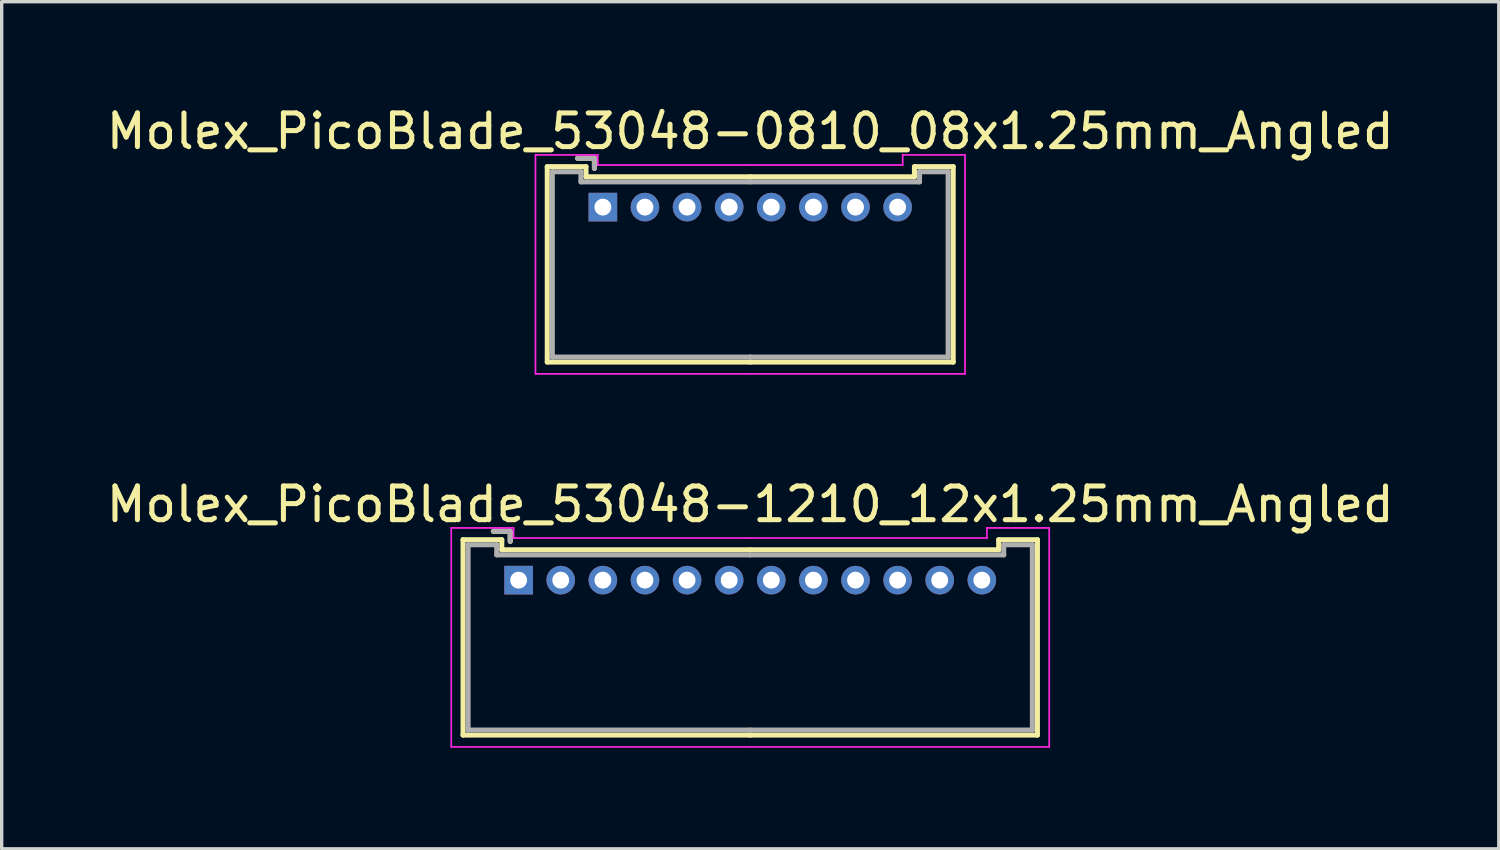
<source format=kicad_pcb>
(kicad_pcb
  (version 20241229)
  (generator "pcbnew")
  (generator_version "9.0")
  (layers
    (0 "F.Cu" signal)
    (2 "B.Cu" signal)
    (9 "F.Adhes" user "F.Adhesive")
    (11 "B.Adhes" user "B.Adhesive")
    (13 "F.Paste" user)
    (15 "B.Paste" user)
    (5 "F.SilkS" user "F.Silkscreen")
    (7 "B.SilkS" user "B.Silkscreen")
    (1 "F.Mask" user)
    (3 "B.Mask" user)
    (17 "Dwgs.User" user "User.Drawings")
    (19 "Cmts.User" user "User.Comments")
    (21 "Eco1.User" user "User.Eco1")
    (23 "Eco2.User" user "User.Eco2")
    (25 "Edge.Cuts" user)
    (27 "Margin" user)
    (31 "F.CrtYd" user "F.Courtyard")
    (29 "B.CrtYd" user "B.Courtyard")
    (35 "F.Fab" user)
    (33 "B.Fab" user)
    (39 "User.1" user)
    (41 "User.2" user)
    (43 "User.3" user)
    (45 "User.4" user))
  (footprint "Molex_PicoBlade_53048-1210_12x1.25mm_Angled"
    (layer "F.Cu")
    (at 12.345 14.171)
    (property "Reference" "Molex_PicoBlade_53048-1210_12x1.25mm_Angled" (at 6.875 -2.25 0) (layer "F.SilkS") (effects (font (size 1 1) (thickness 0.15))))
    (attr through_hole)
    (fp_line (start -1.65 -1.2) (end -1.65 4.6) (stroke (width 0.15) (type solid)) (layer "F.SilkS"))
    (fp_line (start -1.65 4.6) (end 6.875 4.6) (stroke (width 0.15) (type solid)) (layer "F.SilkS"))
    (fp_line (start -0.5 -1.2) (end -1.65 -1.2) (stroke (width 0.15) (type solid)) (layer "F.SilkS"))
    (fp_line (start -0.5 -0.9) (end -0.5 -1.2) (stroke (width 0.15) (type solid)) (layer "F.SilkS"))
    (fp_line (start -0.25 -1.45) (end -0.75 -1.45) (stroke (width 0.15) (type solid)) (layer "F.SilkS"))
    (fp_line (start -0.25 -1.15) (end -0.25 -1.45) (stroke (width 0.15) (type solid)) (layer "F.SilkS"))
    (fp_line (start 6.875 -0.9) (end -0.5 -0.9) (stroke (width 0.15) (type solid)) (layer "F.SilkS"))
    (fp_line (start 6.875 -0.9) (end 14.25 -0.9) (stroke (width 0.15) (type solid)) (layer "F.SilkS"))
    (fp_line (start 14.25 -1.2) (end 15.4 -1.2) (stroke (width 0.15) (type solid)) (layer "F.SilkS"))
    (fp_line (start 14.25 -0.9) (end 14.25 -1.2) (stroke (width 0.15) (type solid)) (layer "F.SilkS"))
    (fp_line (start 15.4 -1.2) (end 15.4 4.6) (stroke (width 0.15) (type solid)) (layer "F.SilkS"))
    (fp_line (start 15.4 4.6) (end 6.875 4.6) (stroke (width 0.15) (type solid)) (layer "F.SilkS"))
    (fp_line (start -2 -1.55) (end -2 4.95) (stroke (width 0.05) (type solid)) (layer "F.CrtYd"))
    (fp_line (start -2 4.95) (end 6.85 4.95) (stroke (width 0.05) (type solid)) (layer "F.CrtYd"))
    (fp_line (start -0.15 -1.55) (end -2 -1.55) (stroke (width 0.05) (type solid)) (layer "F.CrtYd"))
    (fp_line (start -0.15 -1.25) (end -0.15 -1.55) (stroke (width 0.05) (type solid)) (layer "F.CrtYd"))
    (fp_line (start 6.85 -1.25) (end -0.15 -1.25) (stroke (width 0.05) (type solid)) (layer "F.CrtYd"))
    (fp_line (start 6.85 -1.25) (end 13.9 -1.25) (stroke (width 0.05) (type solid)) (layer "F.CrtYd"))
    (fp_line (start 13.9 -1.55) (end 15.75 -1.55) (stroke (width 0.05) (type solid)) (layer "F.CrtYd"))
    (fp_line (start 13.9 -1.25) (end 13.9 -1.55) (stroke (width 0.05) (type solid)) (layer "F.CrtYd"))
    (fp_line (start 15.75 -1.55) (end 15.75 4.95) (stroke (width 0.05) (type solid)) (layer "F.CrtYd"))
    (fp_line (start 15.75 4.95) (end 6.85 4.95) (stroke (width 0.05) (type solid)) (layer "F.CrtYd"))
    (fp_line (start -1.5 -1.05) (end -1.5 4.45) (stroke (width 0.15) (type solid)) (layer "F.Fab"))
    (fp_line (start -1.5 4.45) (end 6.875 4.45) (stroke (width 0.15) (type solid)) (layer "F.Fab"))
    (fp_line (start -0.65 -1.05) (end -1.5 -1.05) (stroke (width 0.15) (type solid)) (layer "F.Fab"))
    (fp_line (start -0.65 -0.75) (end -0.65 -1.05) (stroke (width 0.15) (type solid)) (layer "F.Fab"))
    (fp_line (start -0.25 -1.45) (end -0.75 -1.45) (stroke (width 0.15) (type solid)) (layer "F.Fab"))
    (fp_line (start -0.25 -1.15) (end -0.25 -1.45) (stroke (width 0.15) (type solid)) (layer "F.Fab"))
    (fp_line (start 6.875 -0.75) (end -0.65 -0.75) (stroke (width 0.15) (type solid)) (layer "F.Fab"))
    (fp_line (start 6.875 -0.75) (end 14.4 -0.75) (stroke (width 0.15) (type solid)) (layer "F.Fab"))
    (fp_line (start 14.4 -1.05) (end 15.25 -1.05) (stroke (width 0.15) (type solid)) (layer "F.Fab"))
    (fp_line (start 14.4 -0.75) (end 14.4 -1.05) (stroke (width 0.15) (type solid)) (layer "F.Fab"))
    (fp_line (start 15.25 -1.05) (end 15.25 4.45) (stroke (width 0.15) (type solid)) (layer "F.Fab"))
    (fp_line (start 15.25 4.45) (end 6.875 4.45) (stroke (width 0.15) (type solid)) (layer "F.Fab"))
    (pad "1" thru_hole rect (at 0 0) (size 0.85 0.85) (drill 0.5) (layers "*.Cu" "*.Mask"))
    (pad "2" thru_hole circle (at 1.25 0) (size 0.85 0.85) (drill 0.5) (layers "*.Cu" "*.Mask"))
    (pad "3" thru_hole circle (at 2.5 0) (size 0.85 0.85) (drill 0.5) (layers "*.Cu" "*.Mask"))
    (pad "4" thru_hole circle (at 3.75 0) (size 0.85 0.85) (drill 0.5) (layers "*.Cu" "*.Mask"))
    (pad "5" thru_hole circle (at 5 0) (size 0.85 0.85) (drill 0.5) (layers "*.Cu" "*.Mask"))
    (pad "6" thru_hole circle (at 6.25 0) (size 0.85 0.85) (drill 0.5) (layers "*.Cu" "*.Mask"))
    (pad "7" thru_hole circle (at 7.5 0) (size 0.85 0.85) (drill 0.5) (layers "*.Cu" "*.Mask"))
    (pad "8" thru_hole circle (at 8.75 0) (size 0.85 0.85) (drill 0.5) (layers "*.Cu" "*.Mask"))
    (pad "9" thru_hole circle (at 10 0) (size 0.85 0.85) (drill 0.5) (layers "*.Cu" "*.Mask"))
    (pad "10" thru_hole circle (at 11.25 0) (size 0.85 0.85) (drill 0.5) (layers "*.Cu" "*.Mask"))
    (pad "11" thru_hole circle (at 12.5 0) (size 0.85 0.85) (drill 0.5) (layers "*.Cu" "*.Mask"))
    (pad "12" thru_hole circle (at 13.75 0) (size 0.85 0.85) (drill 0.5) (layers "*.Cu" "*.Mask")))
  (footprint "Molex_PicoBlade_53048-0810_08x1.25mm_Angled"
    (layer "F.Cu")
    (at 14.845 3.098)
    (property "Reference" "Molex_PicoBlade_53048-0810_08x1.25mm_Angled" (at 4.375 -2.25 0) (layer "F.SilkS") (effects (font (size 1 1) (thickness 0.15))))
    (attr through_hole)
    (fp_line (start -1.65 -1.2) (end -1.65 4.6) (stroke (width 0.15) (type solid)) (layer "F.SilkS"))
    (fp_line (start -1.65 4.6) (end 4.375 4.6) (stroke (width 0.15) (type solid)) (layer "F.SilkS"))
    (fp_line (start -0.5 -1.2) (end -1.65 -1.2) (stroke (width 0.15) (type solid)) (layer "F.SilkS"))
    (fp_line (start -0.5 -0.9) (end -0.5 -1.2) (stroke (width 0.15) (type solid)) (layer "F.SilkS"))
    (fp_line (start -0.25 -1.45) (end -0.75 -1.45) (stroke (width 0.15) (type solid)) (layer "F.SilkS"))
    (fp_line (start -0.25 -1.15) (end -0.25 -1.45) (stroke (width 0.15) (type solid)) (layer "F.SilkS"))
    (fp_line (start 4.375 -0.9) (end -0.5 -0.9) (stroke (width 0.15) (type solid)) (layer "F.SilkS"))
    (fp_line (start 4.375 -0.9) (end 9.25 -0.9) (stroke (width 0.15) (type solid)) (layer "F.SilkS"))
    (fp_line (start 9.25 -1.2) (end 10.4 -1.2) (stroke (width 0.15) (type solid)) (layer "F.SilkS"))
    (fp_line (start 9.25 -0.9) (end 9.25 -1.2) (stroke (width 0.15) (type solid)) (layer "F.SilkS"))
    (fp_line (start 10.4 -1.2) (end 10.4 4.6) (stroke (width 0.15) (type solid)) (layer "F.SilkS"))
    (fp_line (start 10.4 4.6) (end 4.375 4.6) (stroke (width 0.15) (type solid)) (layer "F.SilkS"))
    (fp_line (start -2 -1.55) (end -2 4.95) (stroke (width 0.05) (type solid)) (layer "F.CrtYd"))
    (fp_line (start -2 4.95) (end 4.35 4.95) (stroke (width 0.05) (type solid)) (layer "F.CrtYd"))
    (fp_line (start -0.15 -1.55) (end -2 -1.55) (stroke (width 0.05) (type solid)) (layer "F.CrtYd"))
    (fp_line (start -0.15 -1.25) (end -0.15 -1.55) (stroke (width 0.05) (type solid)) (layer "F.CrtYd"))
    (fp_line (start 4.35 -1.25) (end -0.15 -1.25) (stroke (width 0.05) (type solid)) (layer "F.CrtYd"))
    (fp_line (start 4.35 -1.25) (end 8.9 -1.25) (stroke (width 0.05) (type solid)) (layer "F.CrtYd"))
    (fp_line (start 8.9 -1.55) (end 10.75 -1.55) (stroke (width 0.05) (type solid)) (layer "F.CrtYd"))
    (fp_line (start 8.9 -1.25) (end 8.9 -1.55) (stroke (width 0.05) (type solid)) (layer "F.CrtYd"))
    (fp_line (start 10.75 -1.55) (end 10.75 4.95) (stroke (width 0.05) (type solid)) (layer "F.CrtYd"))
    (fp_line (start 10.75 4.95) (end 4.35 4.95) (stroke (width 0.05) (type solid)) (layer "F.CrtYd"))
    (fp_line (start -1.5 -1.05) (end -1.5 4.45) (stroke (width 0.15) (type solid)) (layer "F.Fab"))
    (fp_line (start -1.5 4.45) (end 4.375 4.45) (stroke (width 0.15) (type solid)) (layer "F.Fab"))
    (fp_line (start -0.65 -1.05) (end -1.5 -1.05) (stroke (width 0.15) (type solid)) (layer "F.Fab"))
    (fp_line (start -0.65 -0.75) (end -0.65 -1.05) (stroke (width 0.15) (type solid)) (layer "F.Fab"))
    (fp_line (start -0.25 -1.45) (end -0.75 -1.45) (stroke (width 0.15) (type solid)) (layer "F.Fab"))
    (fp_line (start -0.25 -1.15) (end -0.25 -1.45) (stroke (width 0.15) (type solid)) (layer "F.Fab"))
    (fp_line (start 4.375 -0.75) (end -0.65 -0.75) (stroke (width 0.15) (type solid)) (layer "F.Fab"))
    (fp_line (start 4.375 -0.75) (end 9.4 -0.75) (stroke (width 0.15) (type solid)) (layer "F.Fab"))
    (fp_line (start 9.4 -1.05) (end 10.25 -1.05) (stroke (width 0.15) (type solid)) (layer "F.Fab"))
    (fp_line (start 9.4 -0.75) (end 9.4 -1.05) (stroke (width 0.15) (type solid)) (layer "F.Fab"))
    (fp_line (start 10.25 -1.05) (end 10.25 4.45) (stroke (width 0.15) (type solid)) (layer "F.Fab"))
    (fp_line (start 10.25 4.45) (end 4.375 4.45) (stroke (width 0.15) (type solid)) (layer "F.Fab"))
    (pad "1" thru_hole rect (at 0 0) (size 0.85 0.85) (drill 0.5) (layers "*.Cu" "*.Mask"))
    (pad "2" thru_hole circle (at 1.25 0) (size 0.85 0.85) (drill 0.5) (layers "*.Cu" "*.Mask"))
    (pad "3" thru_hole circle (at 2.5 0) (size 0.85 0.85) (drill 0.5) (layers "*.Cu" "*.Mask"))
    (pad "4" thru_hole circle (at 3.75 0) (size 0.85 0.85) (drill 0.5) (layers "*.Cu" "*.Mask"))
    (pad "5" thru_hole circle (at 5 0) (size 0.85 0.85) (drill 0.5) (layers "*.Cu" "*.Mask"))
    (pad "6" thru_hole circle (at 6.25 0) (size 0.85 0.85) (drill 0.5) (layers "*.Cu" "*.Mask"))
    (pad "7" thru_hole circle (at 7.5 0) (size 0.85 0.85) (drill 0.5) (layers "*.Cu" "*.Mask"))
    (pad "8" thru_hole circle (at 8.75 0) (size 0.85 0.85) (drill 0.5) (layers "*.Cu" "*.Mask")))
  (gr_rect
    (start -3 -3)
    (end 41.44 22.146)
    (stroke (width 0.1) (type default))
    (fill no)
    (layer "Edge.Cuts")))
</source>
